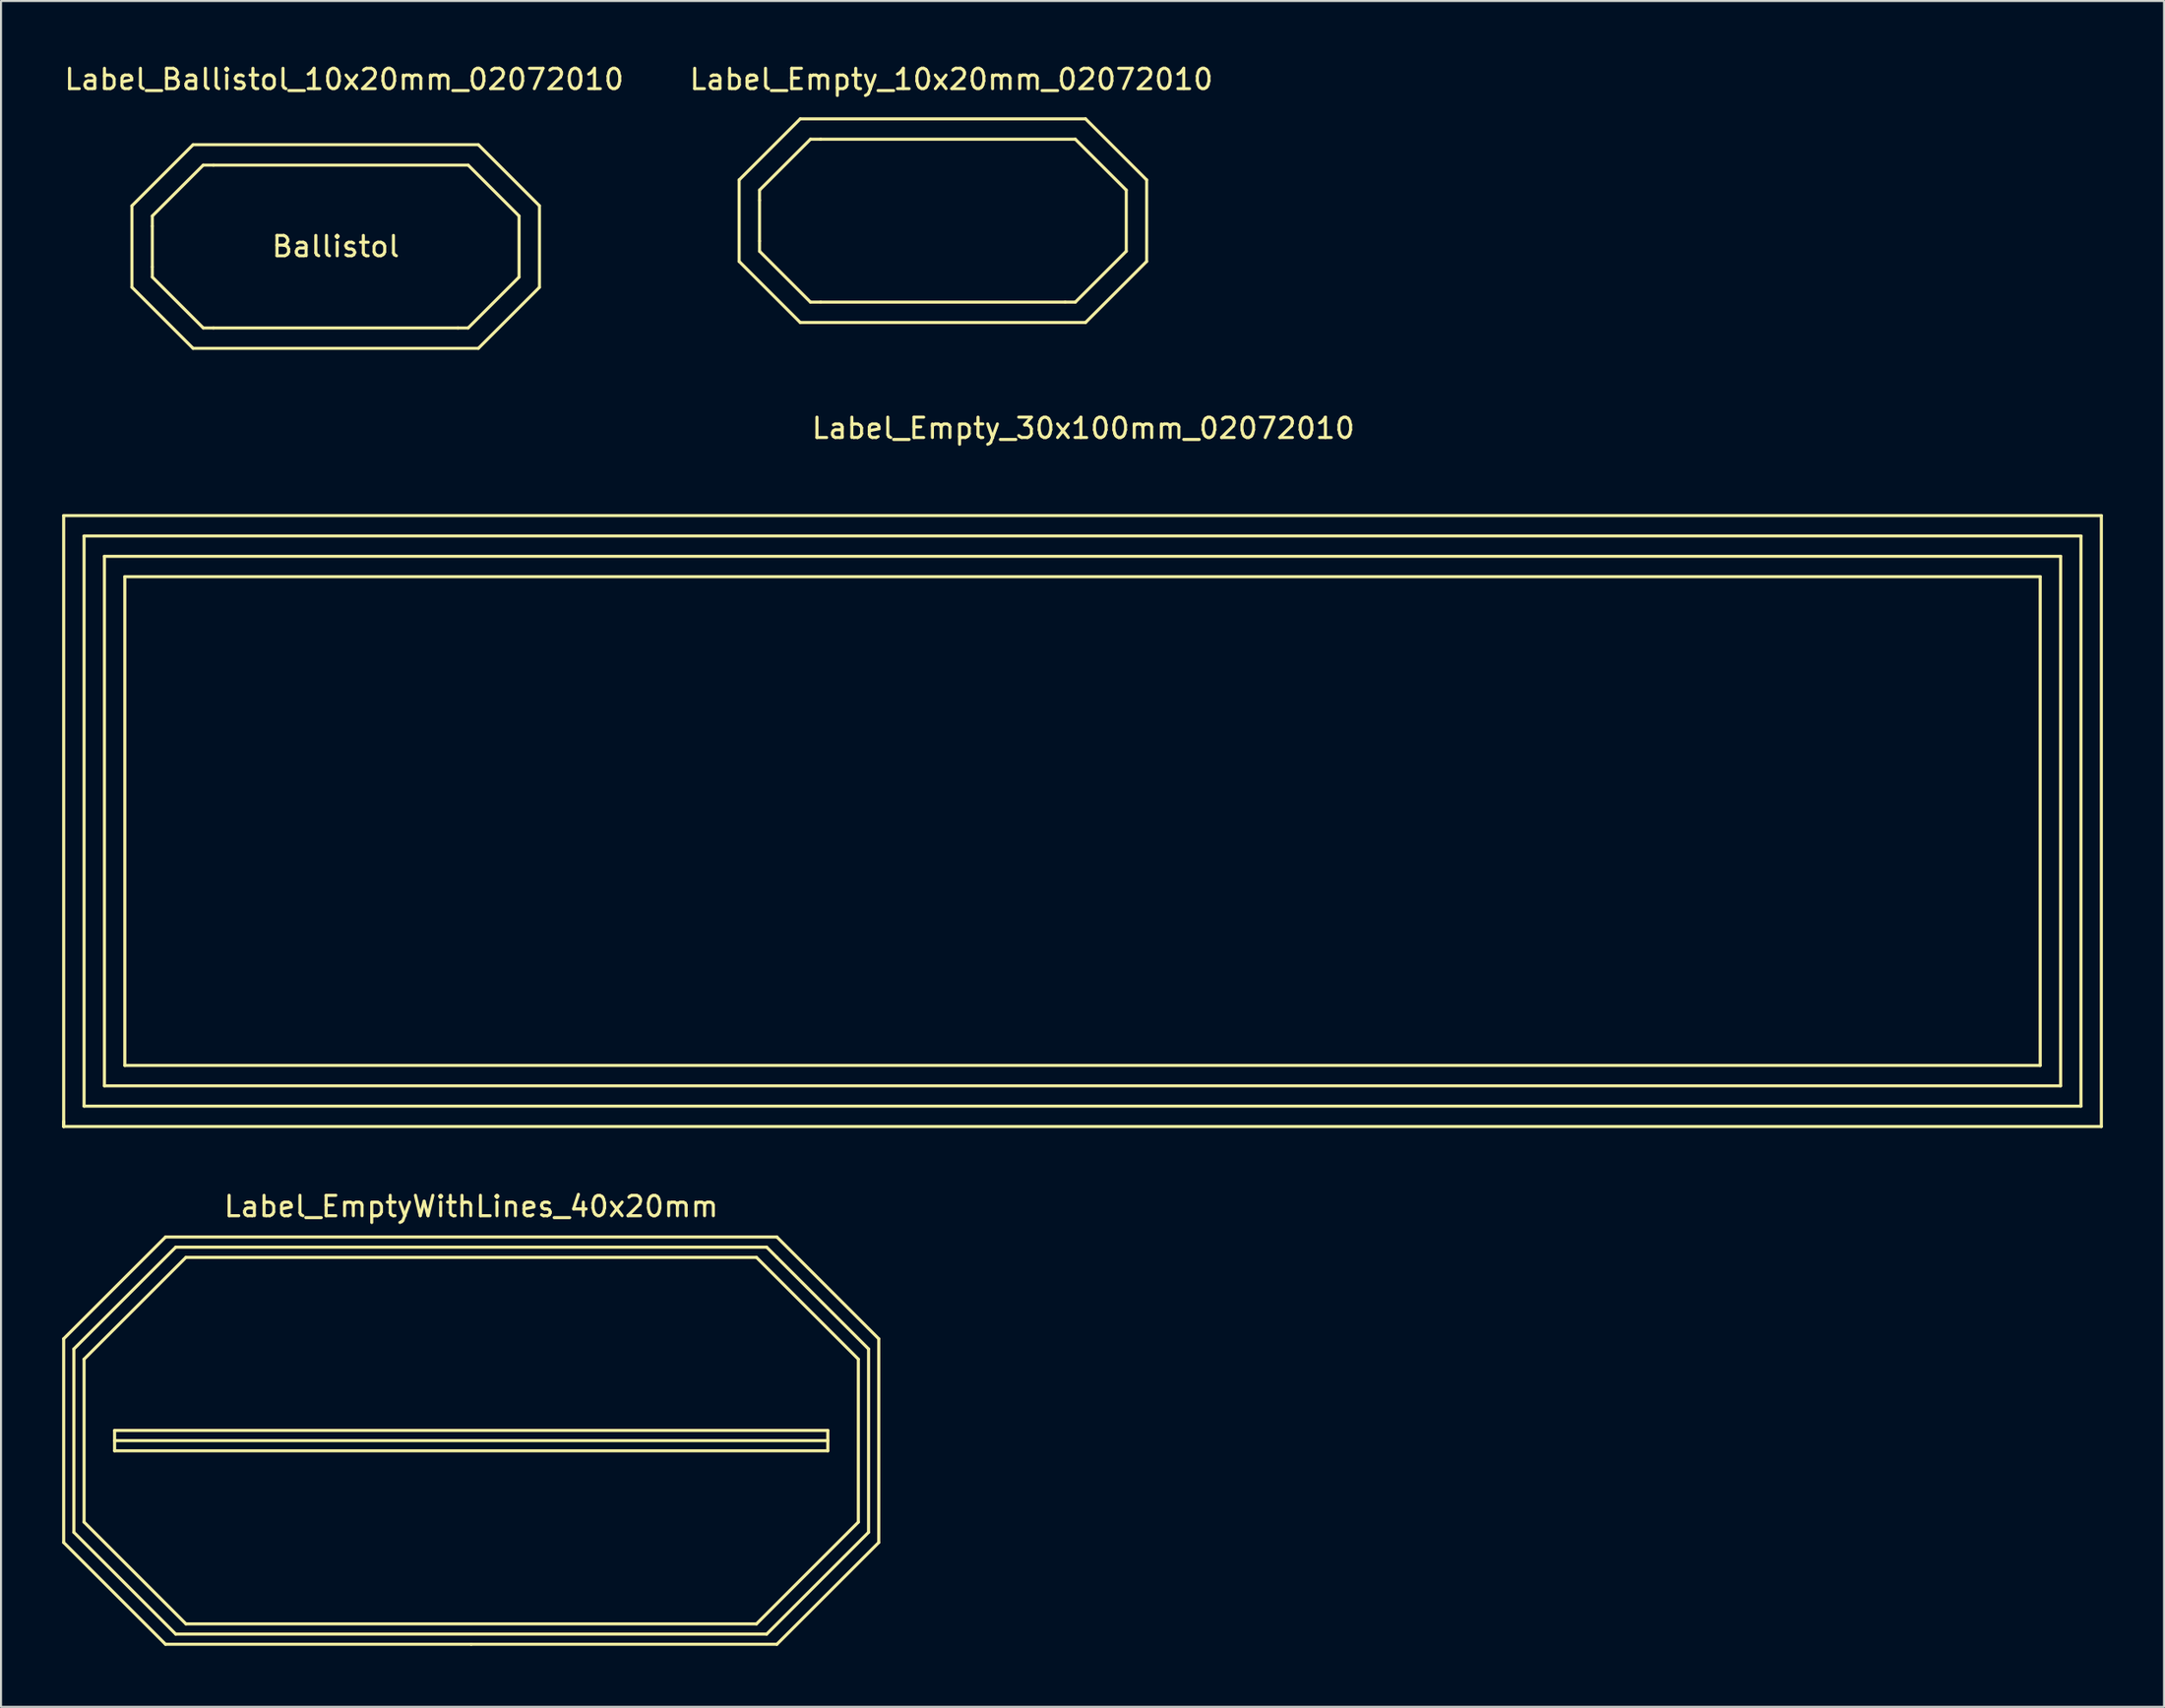
<source format=kicad_pcb>
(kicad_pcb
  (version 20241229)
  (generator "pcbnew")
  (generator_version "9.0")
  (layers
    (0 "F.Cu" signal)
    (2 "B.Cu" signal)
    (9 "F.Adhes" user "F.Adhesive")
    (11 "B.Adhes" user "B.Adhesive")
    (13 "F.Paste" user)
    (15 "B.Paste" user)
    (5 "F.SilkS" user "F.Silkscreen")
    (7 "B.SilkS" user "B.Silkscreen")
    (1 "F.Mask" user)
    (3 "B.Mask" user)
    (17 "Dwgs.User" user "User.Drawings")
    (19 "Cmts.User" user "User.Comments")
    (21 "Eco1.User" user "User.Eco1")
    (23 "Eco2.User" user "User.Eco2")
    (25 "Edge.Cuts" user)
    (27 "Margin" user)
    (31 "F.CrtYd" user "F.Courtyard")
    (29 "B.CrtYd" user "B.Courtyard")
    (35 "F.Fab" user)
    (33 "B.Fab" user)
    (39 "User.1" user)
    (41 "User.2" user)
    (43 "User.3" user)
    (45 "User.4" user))
  (footprint "Label_Ballistol_10x20mm_02072010"
    (layer "F.Cu")
    (at 13.839 8.976)
    (property "Reference" "Label_Ballistol_10x20mm_02072010" (at 0 -8.128 0) (layer "F.SilkS") (effects (font (size 1 1) (thickness 0.15))))
    (attr through_hole)
    (fp_line (start -10.414 -1.92) (end -10.414 2.08) (stroke (width 0.15) (type solid)) (layer "F.SilkS"))
    (fp_line (start -10.414 -1.92) (end -7.414 -4.92) (stroke (width 0.15) (type solid)) (layer "F.SilkS"))
    (fp_line (start -10.414 2.08) (end -7.414 5.08) (stroke (width 0.15) (type solid)) (layer "F.SilkS"))
    (fp_line (start -9.413 -1.42) (end -6.914 -3.919) (stroke (width 0.15) (type solid)) (layer "F.SilkS"))
    (fp_line (start -9.413 -0.919) (end -9.413 -1.42) (stroke (width 0.15) (type solid)) (layer "F.SilkS"))
    (fp_line (start -9.413 -0.919) (end -9.413 1.079) (stroke (width 0.15) (type solid)) (layer "F.SilkS"))
    (fp_line (start -9.413 1.079) (end -9.413 1.58) (stroke (width 0.15) (type solid)) (layer "F.SilkS"))
    (fp_line (start -9.413 1.58) (end -6.914 4.079) (stroke (width 0.15) (type solid)) (layer "F.SilkS"))
    (fp_line (start -7.414 -4.92) (end 6.586 -4.92) (stroke (width 0.15) (type solid)) (layer "F.SilkS"))
    (fp_line (start -6.914 -3.919) (end -6.413 -3.919) (stroke (width 0.15) (type solid)) (layer "F.SilkS"))
    (fp_line (start -6.914 4.079) (end -6.413 4.079) (stroke (width 0.15) (type solid)) (layer "F.SilkS"))
    (fp_line (start -6.413 4.079) (end 5.585 4.079) (stroke (width 0.15) (type solid)) (layer "F.SilkS"))
    (fp_line (start 6.086 -3.919) (end -6.413 -3.919) (stroke (width 0.15) (type solid)) (layer "F.SilkS"))
    (fp_line (start 6.086 4.079) (end 5.585 4.079) (stroke (width 0.15) (type solid)) (layer "F.SilkS"))
    (fp_line (start 6.586 5.08) (end -7.414 5.08) (stroke (width 0.15) (type solid)) (layer "F.SilkS"))
    (fp_line (start 6.586 5.08) (end 9.586 2.08) (stroke (width 0.15) (type solid)) (layer "F.SilkS"))
    (fp_line (start 8.585 -1.42) (end 6.086 -3.919) (stroke (width 0.15) (type solid)) (layer "F.SilkS"))
    (fp_line (start 8.585 -1.42) (end 8.585 1.58) (stroke (width 0.15) (type solid)) (layer "F.SilkS"))
    (fp_line (start 8.585 1.58) (end 6.086 4.079) (stroke (width 0.15) (type solid)) (layer "F.SilkS"))
    (fp_line (start 9.586 -1.92) (end 6.586 -4.92) (stroke (width 0.15) (type solid)) (layer "F.SilkS"))
    (fp_line (start 9.586 -1.92) (end 9.586 2.08) (stroke (width 0.15) (type solid)) (layer "F.SilkS"))
    (fp_text user "Ballistol" (at -0.414 0.079 0) (layer "F.SilkS") (effects (font (size 1 1) (thickness 0.15)))))
  (footprint "Label_Empty_10x20mm_02072010"
    (layer "F.Cu")
    (at 43.637 7.96)
    (property "Reference" "Label_Empty_10x20mm_02072010" (at 0 -7.112 0) (layer "F.SilkS") (effects (font (size 1 1) (thickness 0.15))))
    (attr through_hole)
    (fp_line (start -10.414 -2.174) (end -10.414 1.826) (stroke (width 0.15) (type solid)) (layer "F.SilkS"))
    (fp_line (start -10.414 -2.174) (end -7.414 -5.174) (stroke (width 0.15) (type solid)) (layer "F.SilkS"))
    (fp_line (start -10.414 1.826) (end -7.414 4.826) (stroke (width 0.15) (type solid)) (layer "F.SilkS"))
    (fp_line (start -9.413 -1.674) (end -6.914 -4.173) (stroke (width 0.15) (type solid)) (layer "F.SilkS"))
    (fp_line (start -9.413 -1.173) (end -9.413 -1.674) (stroke (width 0.15) (type solid)) (layer "F.SilkS"))
    (fp_line (start -9.413 -1.173) (end -9.413 0.826) (stroke (width 0.15) (type solid)) (layer "F.SilkS"))
    (fp_line (start -9.413 0.826) (end -9.413 1.326) (stroke (width 0.15) (type solid)) (layer "F.SilkS"))
    (fp_line (start -9.413 1.326) (end -6.914 3.825) (stroke (width 0.15) (type solid)) (layer "F.SilkS"))
    (fp_line (start -7.414 -5.174) (end 6.586 -5.174) (stroke (width 0.15) (type solid)) (layer "F.SilkS"))
    (fp_line (start -6.914 -4.173) (end -6.413 -4.173) (stroke (width 0.15) (type solid)) (layer "F.SilkS"))
    (fp_line (start -6.914 3.825) (end -6.413 3.825) (stroke (width 0.15) (type solid)) (layer "F.SilkS"))
    (fp_line (start -6.413 3.825) (end 5.585 3.825) (stroke (width 0.15) (type solid)) (layer "F.SilkS"))
    (fp_line (start 6.086 -4.173) (end -6.413 -4.173) (stroke (width 0.15) (type solid)) (layer "F.SilkS"))
    (fp_line (start 6.086 3.825) (end 5.585 3.825) (stroke (width 0.15) (type solid)) (layer "F.SilkS"))
    (fp_line (start 6.586 4.826) (end -7.414 4.826) (stroke (width 0.15) (type solid)) (layer "F.SilkS"))
    (fp_line (start 6.586 4.826) (end 9.586 1.826) (stroke (width 0.15) (type solid)) (layer "F.SilkS"))
    (fp_line (start 8.585 -1.674) (end 6.086 -4.173) (stroke (width 0.15) (type solid)) (layer "F.SilkS"))
    (fp_line (start 8.585 -1.674) (end 8.585 1.326) (stroke (width 0.15) (type solid)) (layer "F.SilkS"))
    (fp_line (start 8.585 1.326) (end 6.086 3.825) (stroke (width 0.15) (type solid)) (layer "F.SilkS"))
    (fp_line (start 9.586 -2.174) (end 6.586 -5.174) (stroke (width 0.15) (type solid)) (layer "F.SilkS"))
    (fp_line (start 9.586 -2.174) (end 9.586 1.826) (stroke (width 0.15) (type solid)) (layer "F.SilkS")))
  (footprint "Label_EmptyWithLines_40x20mm"
    (layer "F.Cu")
    (at 20.075 67.694)
    (property "Reference" "Label_EmptyWithLines_40x20mm" (at 0 -11.501 0) (layer "F.SilkS") (effects (font (size 1 1) (thickness 0.15))))
    (attr through_hole)
    (fp_line (start -20 -5.001) (end -20 5.001) (stroke (width 0.15) (type solid)) (layer "F.SilkS"))
    (fp_line (start -20 5.001) (end -15.001 10) (stroke (width 0.15) (type solid)) (layer "F.SilkS"))
    (fp_line (start -19.5 -4.501) (end -14.501 -9.5) (stroke (width 0.15) (type solid)) (layer "F.SilkS"))
    (fp_line (start -19.5 4.501) (end -19.5 -4.501) (stroke (width 0.15) (type solid)) (layer "F.SilkS"))
    (fp_line (start -18.999 -4) (end -14 -8.999) (stroke (width 0.15) (type solid)) (layer "F.SilkS"))
    (fp_line (start -18.999 4) (end -18.999 -4) (stroke (width 0.15) (type solid)) (layer "F.SilkS"))
    (fp_line (start -17.501 -0.5) (end -17.501 0.5) (stroke (width 0.15) (type solid)) (layer "F.SilkS"))
    (fp_line (start -17.501 0) (end 17.501 0) (stroke (width 0.15) (type solid)) (layer "F.SilkS"))
    (fp_line (start -17.501 0.5) (end 17.501 0.5) (stroke (width 0.15) (type solid)) (layer "F.SilkS"))
    (fp_line (start -15.001 -10) (end -20 -5.001) (stroke (width 0.15) (type solid)) (layer "F.SilkS"))
    (fp_line (start -15.001 -10) (end 15.001 -10) (stroke (width 0.15) (type solid)) (layer "F.SilkS"))
    (fp_line (start -15.001 10) (end 0 10) (stroke (width 0.15) (type solid)) (layer "F.SilkS"))
    (fp_line (start -14.501 -9.5) (end 14.501 -9.5) (stroke (width 0.15) (type solid)) (layer "F.SilkS"))
    (fp_line (start -14.501 9.5) (end -19.5 4.501) (stroke (width 0.15) (type solid)) (layer "F.SilkS"))
    (fp_line (start -14 -8.999) (end 14 -8.999) (stroke (width 0.15) (type solid)) (layer "F.SilkS"))
    (fp_line (start -14 8.999) (end -18.999 4) (stroke (width 0.15) (type solid)) (layer "F.SilkS"))
    (fp_line (start 0 10) (end 15.001 10) (stroke (width 0.15) (type solid)) (layer "F.SilkS"))
    (fp_line (start 14 -8.999) (end 18.999 -4) (stroke (width 0.15) (type solid)) (layer "F.SilkS"))
    (fp_line (start 14 8.999) (end -14 8.999) (stroke (width 0.15) (type solid)) (layer "F.SilkS"))
    (fp_line (start 14.501 -9.5) (end 15.001 -8.999) (stroke (width 0.15) (type solid)) (layer "F.SilkS"))
    (fp_line (start 14.501 9.5) (end -14.501 9.5) (stroke (width 0.15) (type solid)) (layer "F.SilkS"))
    (fp_line (start 15.001 -10) (end 20 -5.001) (stroke (width 0.15) (type solid)) (layer "F.SilkS"))
    (fp_line (start 15.001 -8.999) (end 19.5 -4.501) (stroke (width 0.15) (type solid)) (layer "F.SilkS"))
    (fp_line (start 17.501 -0.5) (end -17.501 -0.5) (stroke (width 0.15) (type solid)) (layer "F.SilkS"))
    (fp_line (start 17.501 0) (end 17.501 -0.5) (stroke (width 0.15) (type solid)) (layer "F.SilkS"))
    (fp_line (start 17.501 0.5) (end 17.501 0) (stroke (width 0.15) (type solid)) (layer "F.SilkS"))
    (fp_line (start 18.999 -4) (end 18.999 4) (stroke (width 0.15) (type solid)) (layer "F.SilkS"))
    (fp_line (start 18.999 4) (end 14 8.999) (stroke (width 0.15) (type solid)) (layer "F.SilkS"))
    (fp_line (start 19.5 -4.501) (end 19.5 4.501) (stroke (width 0.15) (type solid)) (layer "F.SilkS"))
    (fp_line (start 19.5 4.501) (end 14.501 9.5) (stroke (width 0.15) (type solid)) (layer "F.SilkS"))
    (fp_line (start 20 -5.001) (end 20 5.001) (stroke (width 0.15) (type solid)) (layer "F.SilkS"))
    (fp_line (start 20 5.001) (end 15.001 10) (stroke (width 0.15) (type solid)) (layer "F.SilkS")))
  (footprint "Label_Empty_30x100mm_02072010"
    (layer "F.Cu")
    (at 50.113 37.283)
    (property "Reference" "Label_Empty_30x100mm_02072010" (at 0 -19.304 0) (layer "F.SilkS") (effects (font (size 1 1) (thickness 0.15))))
    (attr through_hole)
    (fp_line (start -50.038 -15.014) (end -50.038 14.986) (stroke (width 0.15) (type solid)) (layer "F.SilkS"))
    (fp_line (start -50.038 14.986) (end -50.038 14.737) (stroke (width 0.15) (type solid)) (layer "F.SilkS"))
    (fp_line (start -50.038 14.986) (end 49.962 14.986) (stroke (width 0.15) (type solid)) (layer "F.SilkS"))
    (fp_line (start -49.037 -14.013) (end -49.037 13.985) (stroke (width 0.15) (type solid)) (layer "F.SilkS"))
    (fp_line (start -49.037 13.985) (end 48.961 13.985) (stroke (width 0.15) (type solid)) (layer "F.SilkS"))
    (fp_line (start -48.039 -13.015) (end -48.039 12.987) (stroke (width 0.15) (type solid)) (layer "F.SilkS"))
    (fp_line (start -48.039 12.987) (end 47.963 12.987) (stroke (width 0.15) (type solid)) (layer "F.SilkS"))
    (fp_line (start -47.038 -12.014) (end -47.038 11.986) (stroke (width 0.15) (type solid)) (layer "F.SilkS"))
    (fp_line (start -47.038 11.986) (end 46.962 11.986) (stroke (width 0.15) (type solid)) (layer "F.SilkS"))
    (fp_line (start 46.962 -12.014) (end -47.038 -12.014) (stroke (width 0.15) (type solid)) (layer "F.SilkS"))
    (fp_line (start 46.962 11.986) (end 46.962 -12.014) (stroke (width 0.15) (type solid)) (layer "F.SilkS"))
    (fp_line (start 47.963 -13.015) (end -48.039 -13.015) (stroke (width 0.15) (type solid)) (layer "F.SilkS"))
    (fp_line (start 47.963 12.987) (end 47.963 -13.015) (stroke (width 0.15) (type solid)) (layer "F.SilkS"))
    (fp_line (start 48.961 -14.013) (end -49.037 -14.013) (stroke (width 0.15) (type solid)) (layer "F.SilkS"))
    (fp_line (start 48.961 13.985) (end 48.961 -14.013) (stroke (width 0.15) (type solid)) (layer "F.SilkS"))
    (fp_line (start 49.962 -15.014) (end -50.038 -15.014) (stroke (width 0.15) (type solid)) (layer "F.SilkS"))
    (fp_line (start 49.962 14.986) (end 49.962 -15.014) (stroke (width 0.15) (type solid)) (layer "F.SilkS"))
    (fp_text user "" (at -0.038 7.986 0) (layer "F.SilkS") (effects (font (size 1 1) (thickness 0.15)))))
  (gr_rect
    (start -3 -3)
    (end 103.15 80.769)
    (stroke (width 0.1) (type default))
    (fill no)
    (layer "Edge.Cuts")))
</source>
